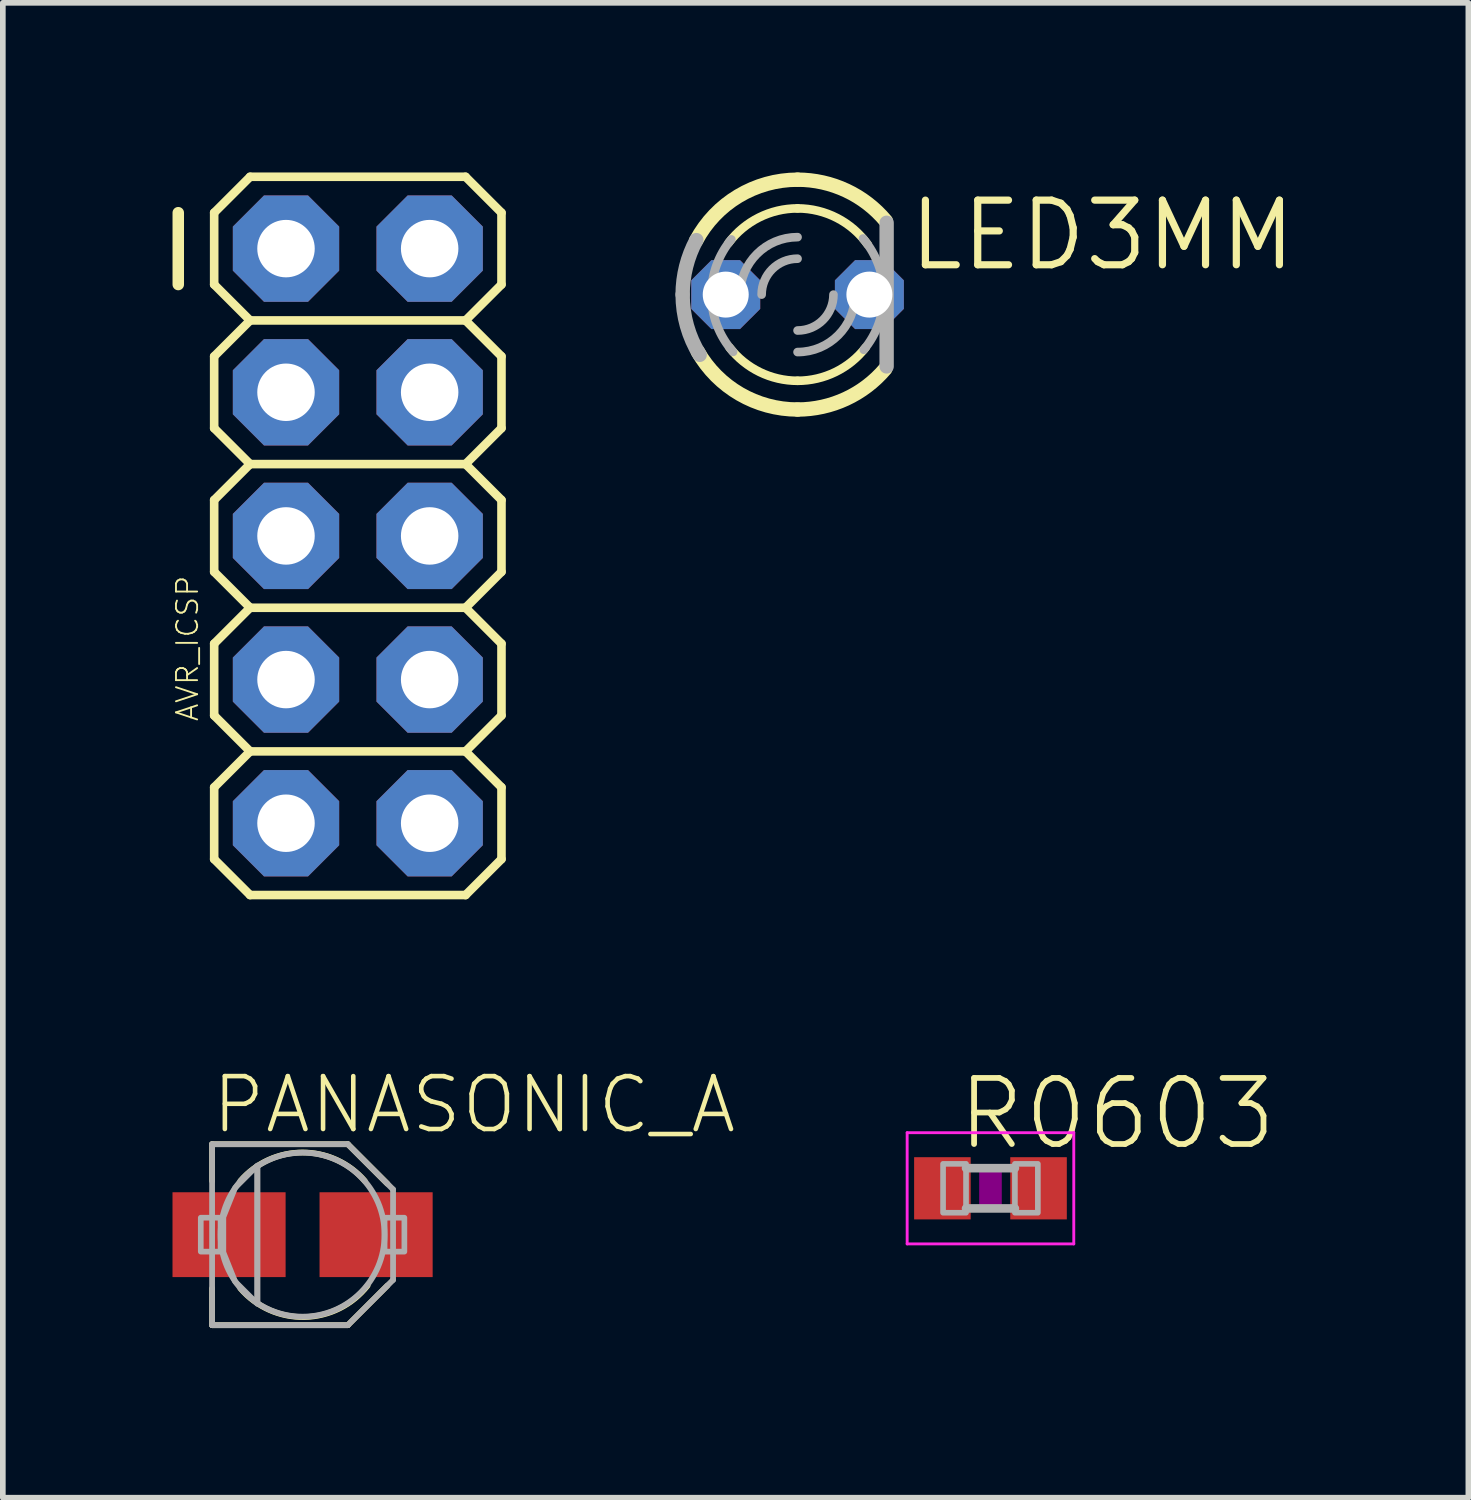
<source format=kicad_pcb>
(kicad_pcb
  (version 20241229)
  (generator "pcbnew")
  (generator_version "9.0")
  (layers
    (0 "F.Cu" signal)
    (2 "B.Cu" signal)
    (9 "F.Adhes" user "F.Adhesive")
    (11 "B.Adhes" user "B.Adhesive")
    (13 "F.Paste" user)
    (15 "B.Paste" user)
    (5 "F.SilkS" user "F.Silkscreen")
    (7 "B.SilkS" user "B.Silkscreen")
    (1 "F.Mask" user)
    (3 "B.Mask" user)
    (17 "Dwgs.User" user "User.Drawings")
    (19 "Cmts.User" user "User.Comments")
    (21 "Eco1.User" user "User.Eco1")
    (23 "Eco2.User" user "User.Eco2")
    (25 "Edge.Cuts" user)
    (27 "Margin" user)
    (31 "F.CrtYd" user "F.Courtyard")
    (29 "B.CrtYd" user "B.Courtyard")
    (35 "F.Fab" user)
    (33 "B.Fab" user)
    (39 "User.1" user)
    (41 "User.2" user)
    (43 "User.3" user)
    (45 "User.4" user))
  (footprint "LED3MM"
    (layer "F.Cu")
    (at 11.052 2.159)
    (property "Reference" "LED3MM" (at 1.905 -0.381 0) (layer "F.SilkS") (effects (font (size 1.143 1.143) (thickness 0.127)) (justify left bottom)))
    (fp_arc (start -1.7929 -0.9562) (mid -1.045438 -1.7424) (end 0 -2.032) (stroke (width 0.254) (type solid)) (layer "F.SilkS"))
    (fp_arc (start -1.2192 -0.9144) (mid -0.681554 -1.363107) (end 0 -1.524) (stroke (width 0.1524) (type solid)) (layer "F.SilkS"))
    (fp_arc (start 0 -2.032) (mid 0.861864 -1.840173) (end 1.561 -1.3009) (stroke (width 0.254) (type solid)) (layer "F.SilkS"))
    (fp_arc (start 0 -1.524) (mid 0.697339 -1.355082) (end 1.2401 -0.885801) (stroke (width 0.1524) (type solid)) (layer "F.SilkS"))
    (fp_arc (start 0 1.524) (mid -0.669593 1.369018) (end -1.203 0.9356) (stroke (width 0.1524) (type solid)) (layer "F.SilkS"))
    (fp_arc (start 0 2.032) (mid -1.019924 1.757525) (end -1.7643 1.0082) (stroke (width 0.254) (type solid)) (layer "F.SilkS"))
    (fp_arc (start 1.203 0.9356) (mid 0.669593 1.369018) (end 0 1.524) (stroke (width 0.1524) (type solid)) (layer "F.SilkS"))
    (fp_arc (start 1.5512 1.3126) (mid 0.854953 1.843405) (end 0 2.032) (stroke (width 0.254) (type solid)) (layer "F.SilkS"))
    (fp_line (start 1.575 1.27) (end 1.575 -1.27) (stroke (width 0.254) (type solid)) (layer "F.Fab"))
    (fp_arc (start -2.032 0) (mid -1.970339 -0.496775) (end -1.7891 -0.9634) (stroke (width 0.254) (type solid)) (layer "F.Fab"))
    (fp_arc (start -1.7306 1.065) (mid -1.95521 0.553417) (end -2.032 0) (stroke (width 0.254) (type solid)) (layer "F.Fab"))
    (fp_arc (start -1.524 0) (mid -1.432981 -0.518783) (end -1.1708 -0.9756) (stroke (width 0.1524) (type solid)) (layer "F.Fab"))
    (fp_arc (start -1.1391 1.0125) (mid -1.42454 0.5416) (end -1.524 0) (stroke (width 0.1524) (type solid)) (layer "F.Fab"))
    (fp_arc (start -1.016 0) (mid -0.71842 -0.71842) (end 0 -1.016) (stroke (width 0.1524) (type solid)) (layer "F.Fab"))
    (fp_arc (start -0.635 0) (mid -0.449013 -0.449013) (end 0 -0.635) (stroke (width 0.1524) (type solid)) (layer "F.Fab"))
    (fp_arc (start 0.635 0) (mid 0.449013 0.449013) (end 0 0.635) (stroke (width 0.1524) (type solid)) (layer "F.Fab"))
    (fp_arc (start 1.016 0) (mid 0.71842 0.71842) (end 0 1.016) (stroke (width 0.1524) (type solid)) (layer "F.Fab"))
    (fp_arc (start 1.1571 -0.9918) (mid 1.429332 -0.528744) (end 1.524 0) (stroke (width 0.1524) (type solid)) (layer "F.Fab"))
    (fp_arc (start 1.524 0) (mid 1.432981 0.518783) (end 1.1708 0.9756) (stroke (width 0.1524) (type solid)) (layer "F.Fab"))
    (pad "A" thru_hole roundrect (at -1.27 0) (size 1.219 1.219) (drill 0.813) (layers "*.Cu" "*.Mask") (roundrect_rratio 0.25) (chamfer_ratio 0.293) (chamfer top_left top_right bottom_left bottom_right))
    (pad "K" thru_hole roundrect (at 1.27 0) (size 1.219 1.219) (drill 0.813) (layers "*.Cu" "*.Mask") (roundrect_rratio 0.25) (chamfer_ratio 0.293) (chamfer top_left top_right bottom_left bottom_right)))
  (footprint "R0603"
    (layer "F.Cu")
    (at 14.463 17.961)
    (property "Reference" "R0603" (at -0.635 -0.635 0) (layer "F.SilkS") (effects (font (size 1.168 1.168) (thickness 0.102)) (justify left bottom)))
    (fp_poly (pts (xy -0.2 0.4) (xy 0.2 0.4) (xy 0.2 -0.4) (xy -0.2 -0.4)) (stroke (width 0) (type solid)) (fill yes) (layer "F.Adhes"))
    (fp_line (start -1.473 -0.983) (end 1.473 -0.983) (stroke (width 0.051) (type solid)) (layer "F.CrtYd"))
    (fp_line (start -1.473 0.983) (end -1.473 -0.983) (stroke (width 0.051) (type solid)) (layer "F.CrtYd"))
    (fp_line (start 1.473 -0.983) (end 1.473 0.983) (stroke (width 0.051) (type solid)) (layer "F.CrtYd"))
    (fp_line (start 1.473 0.983) (end -1.473 0.983) (stroke (width 0.051) (type solid)) (layer "F.CrtYd"))
    (fp_line (start -0.432 0.356) (end 0.432 0.356) (stroke (width 0.152) (type solid)) (layer "F.Fab"))
    (fp_line (start 0.432 -0.356) (end -0.432 -0.356) (stroke (width 0.152) (type solid)) (layer "F.Fab"))
    (fp_poly (pts (xy -0.838 0.432) (xy -0.432 0.432) (xy -0.432 -0.432) (xy -0.838 -0.432)) (stroke (width 0.1) (type solid)) (fill no) (layer "F.Fab"))
    (fp_poly (pts (xy 0.432 0.432) (xy 0.838 0.432) (xy 0.838 -0.432) (xy 0.432 -0.432)) (stroke (width 0.1) (type solid)) (fill no) (layer "F.Fab"))
    (pad "1" smd rect (at -0.85 0) (size 1 1.1) (layers "F.Cu" "F.Mask" "F.Paste"))
    (pad "2" smd rect (at 0.85 0) (size 1 1.1) (layers "F.Cu" "F.Mask" "F.Paste")))
  (footprint "PANASONIC_A"
    (layer "F.Cu")
    (at 2.3 18.781)
    (property "Reference" "PANASONIC_A" (at -1.65 -1.75 0) (layer "F.SilkS") (effects (font (size 0.935 0.935) (thickness 0.081)) (justify left bottom)))
    (fp_line (start -1.6 -1.6) (end 0.8 -1.6) (stroke (width 0.102) (type solid)) (layer "F.SilkS"))
    (fp_line (start -1.6 -0.95) (end -1.6 -1.6) (stroke (width 0.102) (type solid)) (layer "F.SilkS"))
    (fp_line (start -1.6 1.6) (end -1.6 0.95) (stroke (width 0.102) (type solid)) (layer "F.SilkS"))
    (fp_line (start 0.8 -1.6) (end 1.5 -0.9) (stroke (width 0.102) (type solid)) (layer "F.SilkS"))
    (fp_line (start 0.8 1.6) (end -1.6 1.6) (stroke (width 0.102) (type solid)) (layer "F.SilkS"))
    (fp_line (start 1.5 0.9) (end 0.8 1.6) (stroke (width 0.102) (type solid)) (layer "F.SilkS"))
    (fp_arc (start -1.1 -0.95) (mid 0 -1.453444) (end 1.1 -0.95) (stroke (width 0.1016) (type solid)) (layer "F.SilkS"))
    (fp_arc (start 1.149999 0.9) (mid 0.03681 1.456451) (end -1.1 0.95) (stroke (width 0.1016) (type solid)) (layer "F.SilkS"))
    (fp_line (start -1.6 -1.6) (end 0.8 -1.6) (stroke (width 0.102) (type solid)) (layer "F.Fab"))
    (fp_line (start -1.6 1.6) (end -1.6 -1.6) (stroke (width 0.102) (type solid)) (layer "F.Fab"))
    (fp_line (start -0.8 -1.2) (end -0.8 1.2) (stroke (width 0.102) (type solid)) (layer "F.Fab"))
    (fp_line (start 0.8 -1.6) (end 1.6 -0.8) (stroke (width 0.102) (type solid)) (layer "F.Fab"))
    (fp_line (start 0.8 1.6) (end -1.6 1.6) (stroke (width 0.102) (type solid)) (layer "F.Fab"))
    (fp_line (start 1.6 -0.8) (end 1.6 0.8) (stroke (width 0.102) (type solid)) (layer "F.Fab"))
    (fp_line (start 1.6 0.8) (end 0.8 1.6) (stroke (width 0.102) (type solid)) (layer "F.Fab"))
    (fp_circle (center 0 0) (end 1.45 0) (stroke (width 0.102) (type solid)) (fill no) (layer "F.Fab"))
    (fp_poly (pts (xy -1.8 0.3) (xy -1.45 0.3) (xy -1.45 -0.3) (xy -1.8 -0.3)) (stroke (width 0.1) (type solid)) (fill no) (layer "F.Fab"))
    (fp_poly (pts (xy 1.45 0.3) (xy 1.8 0.3) (xy 1.8 -0.3) (xy 1.45 -0.3)) (stroke (width 0.1) (type solid)) (fill no) (layer "F.Fab"))
    (fp_poly (pts (xy -0.799 1.223) (xy -1.193 0.829) (xy -1.401 0.31) (xy -1.401 -0.31) (xy -1.193 -0.829) (xy -0.799 -1.223)) (stroke (width 0.1) (type solid)) (fill no) (layer "F.Fab"))
    (pad "+" smd rect (at 1.3 0) (size 2 1.5) (layers "F.Cu" "F.Mask" "F.Paste"))
    (pad "-" smd rect (at -1.3 0) (size 2 1.5) (layers "F.Cu" "F.Mask" "F.Paste")))
  (footprint "AVR_ICSP"
    (layer "F.Cu")
    (at 3.277 6.426)
    (property "Reference" "AVR_ICSP" (at -2.794 3.302 90) (layer "F.SilkS") (effects (font (size 0.374 0.374) (thickness 0.033)) (justify left bottom)))
    (fp_line (start -3.175 -5.715) (end -3.175 -4.445) (stroke (width 0.203) (type solid)) (layer "F.SilkS"))
    (fp_line (start -2.54 -5.715) (end -2.54 -4.445) (stroke (width 0.152) (type solid)) (layer "F.SilkS"))
    (fp_line (start -2.54 -4.445) (end -1.905 -3.81) (stroke (width 0.152) (type solid)) (layer "F.SilkS"))
    (fp_line (start -2.54 -3.175) (end -2.54 -1.905) (stroke (width 0.152) (type solid)) (layer "F.SilkS"))
    (fp_line (start -2.54 -1.905) (end -1.905 -1.27) (stroke (width 0.152) (type solid)) (layer "F.SilkS"))
    (fp_line (start -2.54 -0.635) (end -2.54 0.635) (stroke (width 0.152) (type solid)) (layer "F.SilkS"))
    (fp_line (start -2.54 0.635) (end -1.905 1.27) (stroke (width 0.152) (type solid)) (layer "F.SilkS"))
    (fp_line (start -2.54 1.905) (end -2.54 3.175) (stroke (width 0.152) (type solid)) (layer "F.SilkS"))
    (fp_line (start -2.54 3.175) (end -1.905 3.81) (stroke (width 0.152) (type solid)) (layer "F.SilkS"))
    (fp_line (start -2.54 4.445) (end -2.54 5.715) (stroke (width 0.152) (type solid)) (layer "F.SilkS"))
    (fp_line (start -2.54 5.715) (end -1.905 6.35) (stroke (width 0.152) (type solid)) (layer "F.SilkS"))
    (fp_line (start -1.905 -6.35) (end -2.54 -5.715) (stroke (width 0.152) (type solid)) (layer "F.SilkS"))
    (fp_line (start -1.905 -6.35) (end 1.905 -6.35) (stroke (width 0.152) (type solid)) (layer "F.SilkS"))
    (fp_line (start -1.905 -3.81) (end -2.54 -3.175) (stroke (width 0.152) (type solid)) (layer "F.SilkS"))
    (fp_line (start -1.905 -1.27) (end -2.54 -0.635) (stroke (width 0.152) (type solid)) (layer "F.SilkS"))
    (fp_line (start -1.905 1.27) (end -2.54 1.905) (stroke (width 0.152) (type solid)) (layer "F.SilkS"))
    (fp_line (start -1.905 3.81) (end -2.54 4.445) (stroke (width 0.152) (type solid)) (layer "F.SilkS"))
    (fp_line (start 1.905 -6.35) (end 2.54 -5.715) (stroke (width 0.152) (type solid)) (layer "F.SilkS"))
    (fp_line (start 1.905 -3.81) (end -1.905 -3.81) (stroke (width 0.152) (type solid)) (layer "F.SilkS"))
    (fp_line (start 1.905 -3.81) (end 2.54 -3.175) (stroke (width 0.152) (type solid)) (layer "F.SilkS"))
    (fp_line (start 1.905 -1.27) (end -1.905 -1.27) (stroke (width 0.152) (type solid)) (layer "F.SilkS"))
    (fp_line (start 1.905 -1.27) (end 2.54 -0.635) (stroke (width 0.152) (type solid)) (layer "F.SilkS"))
    (fp_line (start 1.905 1.27) (end -1.905 1.27) (stroke (width 0.152) (type solid)) (layer "F.SilkS"))
    (fp_line (start 1.905 1.27) (end 2.54 1.905) (stroke (width 0.152) (type solid)) (layer "F.SilkS"))
    (fp_line (start 1.905 3.81) (end -1.905 3.81) (stroke (width 0.152) (type solid)) (layer "F.SilkS"))
    (fp_line (start 1.905 3.81) (end 2.54 4.445) (stroke (width 0.152) (type solid)) (layer "F.SilkS"))
    (fp_line (start 1.905 6.35) (end -1.905 6.35) (stroke (width 0.152) (type solid)) (layer "F.SilkS"))
    (fp_line (start 2.54 -5.715) (end 2.54 -4.445) (stroke (width 0.152) (type solid)) (layer "F.SilkS"))
    (fp_line (start 2.54 -4.445) (end 1.905 -3.81) (stroke (width 0.152) (type solid)) (layer "F.SilkS"))
    (fp_line (start 2.54 -3.175) (end 2.54 -1.905) (stroke (width 0.152) (type solid)) (layer "F.SilkS"))
    (fp_line (start 2.54 -1.905) (end 1.905 -1.27) (stroke (width 0.152) (type solid)) (layer "F.SilkS"))
    (fp_line (start 2.54 -0.635) (end 2.54 0.635) (stroke (width 0.152) (type solid)) (layer "F.SilkS"))
    (fp_line (start 2.54 0.635) (end 1.905 1.27) (stroke (width 0.152) (type solid)) (layer "F.SilkS"))
    (fp_line (start 2.54 1.905) (end 2.54 3.175) (stroke (width 0.152) (type solid)) (layer "F.SilkS"))
    (fp_line (start 2.54 3.175) (end 1.905 3.81) (stroke (width 0.152) (type solid)) (layer "F.SilkS"))
    (fp_line (start 2.54 4.445) (end 2.54 5.715) (stroke (width 0.152) (type solid)) (layer "F.SilkS"))
    (fp_line (start 2.54 5.715) (end 1.905 6.35) (stroke (width 0.152) (type solid)) (layer "F.SilkS"))
    (fp_poly (pts (xy -1.524 0.254) (xy -1.016 0.254) (xy -1.016 -0.254) (xy -1.524 -0.254)) (stroke (width 0) (type solid)) (fill yes) (layer "F.SilkS"))
    (fp_poly (pts (xy -1.524 -4.826) (xy -1.016 -4.826) (xy -1.016 -5.334) (xy -1.524 -5.334)) (stroke (width 0.1) (type solid)) (fill no) (layer "F.Fab"))
    (fp_poly (pts (xy -1.524 -2.286) (xy -1.016 -2.286) (xy -1.016 -2.794) (xy -1.524 -2.794)) (stroke (width 0.1) (type solid)) (fill no) (layer "F.Fab"))
    (fp_poly (pts (xy -1.524 2.794) (xy -1.016 2.794) (xy -1.016 2.286) (xy -1.524 2.286)) (stroke (width 0.1) (type solid)) (fill no) (layer "F.Fab"))
    (fp_poly (pts (xy -1.524 5.334) (xy -1.016 5.334) (xy -1.016 4.826) (xy -1.524 4.826)) (stroke (width 0.1) (type solid)) (fill no) (layer "F.Fab"))
    (fp_poly (pts (xy 1.016 -4.826) (xy 1.524 -4.826) (xy 1.524 -5.334) (xy 1.016 -5.334)) (stroke (width 0.1) (type solid)) (fill no) (layer "F.Fab"))
    (fp_poly (pts (xy 1.016 -2.286) (xy 1.524 -2.286) (xy 1.524 -2.794) (xy 1.016 -2.794)) (stroke (width 0.1) (type solid)) (fill no) (layer "F.Fab"))
    (fp_poly (pts (xy 1.016 0.254) (xy 1.524 0.254) (xy 1.524 -0.254) (xy 1.016 -0.254)) (stroke (width 0.1) (type solid)) (fill no) (layer "F.Fab"))
    (fp_poly (pts (xy 1.016 2.794) (xy 1.524 2.794) (xy 1.524 2.286) (xy 1.016 2.286)) (stroke (width 0.1) (type solid)) (fill no) (layer "F.Fab"))
    (fp_poly (pts (xy 1.016 5.334) (xy 1.524 5.334) (xy 1.524 4.826) (xy 1.016 4.826)) (stroke (width 0.1) (type solid)) (fill no) (layer "F.Fab"))
    (pad "1" thru_hole roundrect (at -1.27 -5.08 270) (size 1.88 1.88) (drill 1.016) (layers "*.Cu" "*.Mask") (roundrect_rratio 0.25) (chamfer_ratio 0.293) (chamfer top_left top_right bottom_left bottom_right))
    (pad "2" thru_hole roundrect (at 1.27 -5.08 270) (size 1.88 1.88) (drill 1.016) (layers "*.Cu" "*.Mask") (roundrect_rratio 0.25) (chamfer_ratio 0.293) (chamfer top_left top_right bottom_left bottom_right))
    (pad "3" thru_hole roundrect (at -1.27 -2.54 270) (size 1.88 1.88) (drill 1.016) (layers "*.Cu" "*.Mask") (roundrect_rratio 0.25) (chamfer_ratio 0.293) (chamfer top_left top_right bottom_left bottom_right))
    (pad "4" thru_hole roundrect (at 1.27 -2.54 270) (size 1.88 1.88) (drill 1.016) (layers "*.Cu" "*.Mask") (roundrect_rratio 0.25) (chamfer_ratio 0.293) (chamfer top_left top_right bottom_left bottom_right))
    (pad "5" thru_hole roundrect (at -1.27 0 270) (size 1.88 1.88) (drill 1.016) (layers "*.Cu" "*.Mask") (roundrect_rratio 0.25) (chamfer_ratio 0.293) (chamfer top_left top_right bottom_left bottom_right))
    (pad "6" thru_hole roundrect (at 1.27 0 270) (size 1.88 1.88) (drill 1.016) (layers "*.Cu" "*.Mask") (roundrect_rratio 0.25) (chamfer_ratio 0.293) (chamfer top_left top_right bottom_left bottom_right))
    (pad "7" thru_hole roundrect (at -1.27 2.54 270) (size 1.88 1.88) (drill 1.016) (layers "*.Cu" "*.Mask") (roundrect_rratio 0.25) (chamfer_ratio 0.293) (chamfer top_left top_right bottom_left bottom_right))
    (pad "8" thru_hole roundrect (at 1.27 2.54 270) (size 1.88 1.88) (drill 1.016) (layers "*.Cu" "*.Mask") (roundrect_rratio 0.25) (chamfer_ratio 0.293) (chamfer top_left top_right bottom_left bottom_right))
    (pad "9" thru_hole roundrect (at -1.27 5.08 270) (size 1.88 1.88) (drill 1.016) (layers "*.Cu" "*.Mask") (roundrect_rratio 0.25) (chamfer_ratio 0.293) (chamfer top_left top_right bottom_left bottom_right))
    (pad "10" thru_hole roundrect (at 1.27 5.08 270) (size 1.88 1.88) (drill 1.016) (layers "*.Cu" "*.Mask") (roundrect_rratio 0.25) (chamfer_ratio 0.293) (chamfer top_left top_right bottom_left bottom_right)))
  (gr_rect
    (start -3 -3)
    (end 22.913 23.432)
    (stroke (width 0.1) (type default))
    (fill no)
    (layer "Edge.Cuts")))
</source>
